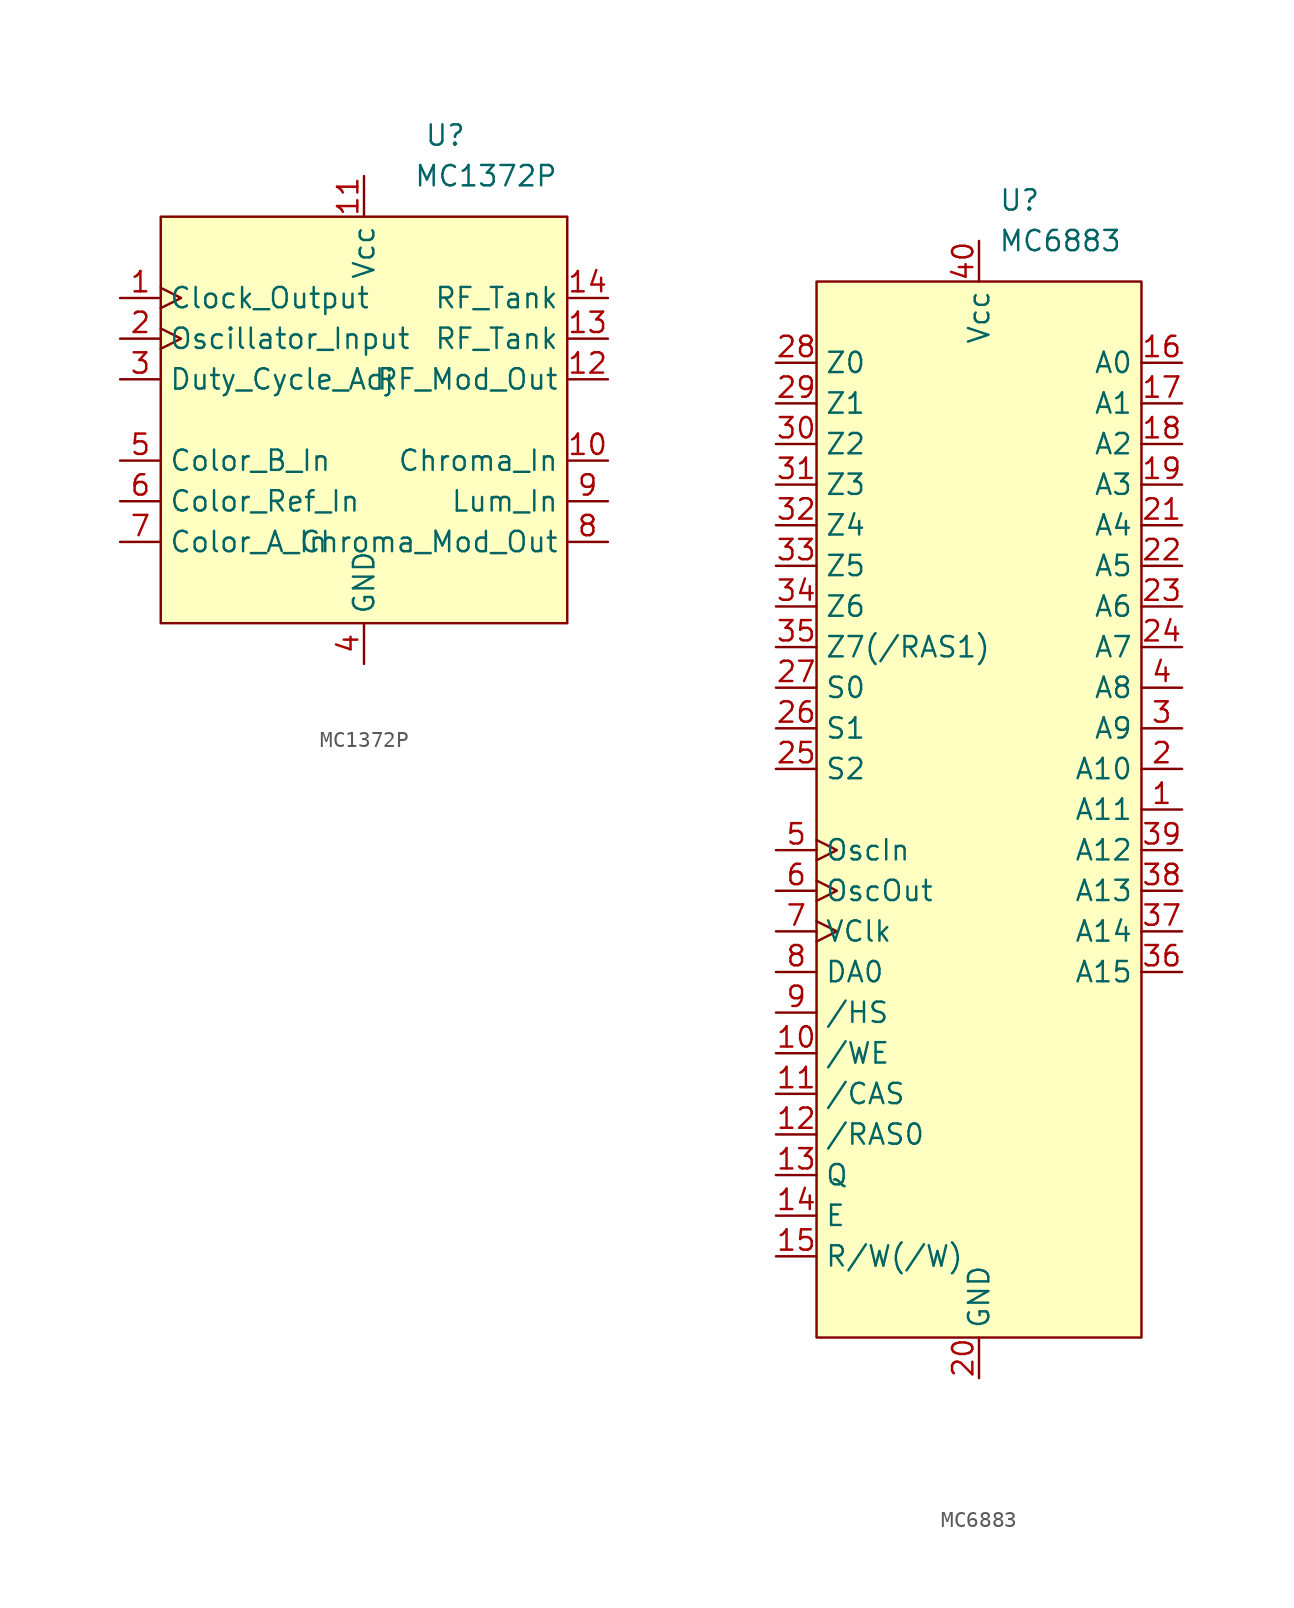
<source format=kicad_sym>
(kicad_symbol_lib
  (version 20211014)
  (generator kicad_symbol_editor)
  (symbol "MC1372P"
    (property "Reference" "U"
      (at -7.62 17.78 0)
      (effects (font (size 1.27 1.27))))
    (property "Value" "MC1372P"
      (at -5.08 15.24 0)
      (effects (font (size 1.27 1.27))))
    (symbol "MC1372P_0_1"
      (rectangle (start -25.4 12.7) (end 0 -12.7) (stroke (width 0) (type default) (color 0 0 0 0)) (fill (type background))))
    (symbol "MC1372P_1_1"
      (pin output clock (at -27.94 7.62 0) (length 2.54) (name "Clock_Output" (effects (font (size 1.27 1.27)))) (number "1" (effects (font (size 1.27 1.27)))))
      (pin input line (at 2.54 -2.54 180) (length 2.54) (name "Chroma_In" (effects (font (size 1.27 1.27)))) (number "10" (effects (font (size 1.27 1.27)))))
      (pin power_in line (at -12.7 15.24 270) (length 2.54) (name "Vcc" (effects (font (size 1.27 1.27)))) (number "11" (effects (font (size 1.27 1.27)))))
      (pin output line (at 2.54 2.54 180) (length 2.54) (name "RF_Mod_Out" (effects (font (size 1.27 1.27)))) (number "12" (effects (font (size 1.27 1.27)))))
      (pin input line (at 2.54 5.08 180) (length 2.54) (name "RF_Tank" (effects (font (size 1.27 1.27)))) (number "13" (effects (font (size 1.27 1.27)))))
      (pin input line (at 2.54 7.62 180) (length 2.54) (name "RF_Tank" (effects (font (size 1.27 1.27)))) (number "14" (effects (font (size 1.27 1.27)))))
      (pin input clock (at -27.94 5.08 0) (length 2.54) (name "Oscillator_Input" (effects (font (size 1.27 1.27)))) (number "2" (effects (font (size 1.27 1.27)))))
      (pin input line (at -27.94 2.54 0) (length 2.54) (name "Duty_Cycle_Adj" (effects (font (size 1.27 1.27)))) (number "3" (effects (font (size 1.27 1.27)))))
      (pin power_in line (at -12.7 -15.24 90) (length 2.54) (name "GND" (effects (font (size 1.27 1.27)))) (number "4" (effects (font (size 1.27 1.27)))))
      (pin input line (at -27.94 -2.54 0) (length 2.54) (name "Color_B_In" (effects (font (size 1.27 1.27)))) (number "5" (effects (font (size 1.27 1.27)))))
      (pin input line (at -27.94 -5.08 0) (length 2.54) (name "Color_Ref_In" (effects (font (size 1.27 1.27)))) (number "6" (effects (font (size 1.27 1.27)))))
      (pin input line (at -27.94 -7.62 0) (length 2.54) (name "Color_A_In" (effects (font (size 1.27 1.27)))) (number "7" (effects (font (size 1.27 1.27)))))
      (pin output line (at 2.54 -7.62 180) (length 2.54) (name "Chroma_Mod_Out" (effects (font (size 1.27 1.27)))) (number "8" (effects (font (size 1.27 1.27)))))
      (pin input line (at 2.54 -5.08 180) (length 2.54) (name "Lum_In" (effects (font (size 1.27 1.27)))) (number "9" (effects (font (size 1.27 1.27)))))))
  (symbol "MC6883"
    (property "Reference" "U"
      (at 33.02 35.56 0)
      (effects (font (size 1.27 1.27))))
    (property "Value" "MC6883"
      (at 35.56 33.02 0)
      (effects (font (size 1.27 1.27))))
    (symbol "MC6883_0_1"
      (rectangle (start 20.32 30.48) (end 40.64 -35.56) (stroke (width 0) (type default) (color 0 0 0 0)) (fill (type background))))
    (symbol "MC6883_1_1"
      (pin input line (at 43.18 -2.54 180) (length 2.54) (name "A11" (effects (font (size 1.27 1.27)))) (number "1" (effects (font (size 1.27 1.27)))))
      (pin input line (at 17.78 -17.78 0) (length 2.54) (name "/WE" (effects (font (size 1.27 1.27)))) (number "10" (effects (font (size 1.27 1.27)))))
      (pin output line (at 17.78 -20.32 0) (length 2.54) (name "/CAS" (effects (font (size 1.27 1.27)))) (number "11" (effects (font (size 1.27 1.27)))))
      (pin bidirectional line (at 17.78 -22.86 0) (length 2.54) (name "/RAS0" (effects (font (size 1.27 1.27)))) (number "12" (effects (font (size 1.27 1.27)))))
      (pin input line (at 17.78 -25.4 0) (length 2.54) (name "Q" (effects (font (size 1.27 1.27)))) (number "13" (effects (font (size 1.27 1.27)))))
      (pin input line (at 17.78 -27.94 0) (length 2.54) (name "E" (effects (font (size 1.27 1.27)))) (number "14" (effects (font (size 1.27 1.27)))))
      (pin bidirectional line (at 17.78 -30.48 0) (length 2.54) (name "R/W(/W)" (effects (font (size 1.27 1.27)))) (number "15" (effects (font (size 1.27 1.27)))))
      (pin input line (at 43.18 25.4 180) (length 2.54) (name "A0" (effects (font (size 1.27 1.27)))) (number "16" (effects (font (size 1.27 1.27)))))
      (pin input line (at 43.18 22.86 180) (length 2.54) (name "A1" (effects (font (size 1.27 1.27)))) (number "17" (effects (font (size 1.27 1.27)))))
      (pin input line (at 43.18 20.32 180) (length 2.54) (name "A2" (effects (font (size 1.27 1.27)))) (number "18" (effects (font (size 1.27 1.27)))))
      (pin input line (at 43.18 17.78 180) (length 2.54) (name "A3" (effects (font (size 1.27 1.27)))) (number "19" (effects (font (size 1.27 1.27)))))
      (pin input line (at 43.18 0 180) (length 2.54) (name "A10" (effects (font (size 1.27 1.27)))) (number "2" (effects (font (size 1.27 1.27)))))
      (pin power_in line (at 30.48 -38.1 90) (length 2.54) (name "GND" (effects (font (size 1.27 1.27)))) (number "20" (effects (font (size 1.27 1.27)))))
      (pin input line (at 43.18 15.24 180) (length 2.54) (name "A4" (effects (font (size 1.27 1.27)))) (number "21" (effects (font (size 1.27 1.27)))))
      (pin input line (at 43.18 12.7 180) (length 2.54) (name "A5" (effects (font (size 1.27 1.27)))) (number "22" (effects (font (size 1.27 1.27)))))
      (pin input line (at 43.18 10.16 180) (length 2.54) (name "A6" (effects (font (size 1.27 1.27)))) (number "23" (effects (font (size 1.27 1.27)))))
      (pin input line (at 43.18 7.62 180) (length 2.54) (name "A7" (effects (font (size 1.27 1.27)))) (number "24" (effects (font (size 1.27 1.27)))))
      (pin output line (at 17.78 0 0) (length 2.54) (name "S2" (effects (font (size 1.27 1.27)))) (number "25" (effects (font (size 1.27 1.27)))))
      (pin output line (at 17.78 2.54 0) (length 2.54) (name "S1" (effects (font (size 1.27 1.27)))) (number "26" (effects (font (size 1.27 1.27)))))
      (pin output line (at 17.78 5.08 0) (length 2.54) (name "S0" (effects (font (size 1.27 1.27)))) (number "27" (effects (font (size 1.27 1.27)))))
      (pin output line (at 17.78 25.4 0) (length 2.54) (name "Z0" (effects (font (size 1.27 1.27)))) (number "28" (effects (font (size 1.27 1.27)))))
      (pin output line (at 17.78 22.86 0) (length 2.54) (name "Z1" (effects (font (size 1.27 1.27)))) (number "29" (effects (font (size 1.27 1.27)))))
      (pin input line (at 43.18 2.54 180) (length 2.54) (name "A9" (effects (font (size 1.27 1.27)))) (number "3" (effects (font (size 1.27 1.27)))))
      (pin output line (at 17.78 20.32 0) (length 2.54) (name "Z2" (effects (font (size 1.27 1.27)))) (number "30" (effects (font (size 1.27 1.27)))))
      (pin output line (at 17.78 17.78 0) (length 2.54) (name "Z3" (effects (font (size 1.27 1.27)))) (number "31" (effects (font (size 1.27 1.27)))))
      (pin output line (at 17.78 15.24 0) (length 2.54) (name "Z4" (effects (font (size 1.27 1.27)))) (number "32" (effects (font (size 1.27 1.27)))))
      (pin output line (at 17.78 12.7 0) (length 2.54) (name "Z5" (effects (font (size 1.27 1.27)))) (number "33" (effects (font (size 1.27 1.27)))))
      (pin output line (at 17.78 10.16 0) (length 2.54) (name "Z6" (effects (font (size 1.27 1.27)))) (number "34" (effects (font (size 1.27 1.27)))))
      (pin output line (at 17.78 7.62 0) (length 2.54) (name "Z7(/RAS1)" (effects (font (size 1.27 1.27)))) (number "35" (effects (font (size 1.27 1.27)))))
      (pin input line (at 43.18 -12.7 180) (length 2.54) (name "A15" (effects (font (size 1.27 1.27)))) (number "36" (effects (font (size 1.27 1.27)))))
      (pin input line (at 43.18 -10.16 180) (length 2.54) (name "A14" (effects (font (size 1.27 1.27)))) (number "37" (effects (font (size 1.27 1.27)))))
      (pin input line (at 43.18 -7.62 180) (length 2.54) (name "A13" (effects (font (size 1.27 1.27)))) (number "38" (effects (font (size 1.27 1.27)))))
      (pin input line (at 43.18 -5.08 180) (length 2.54) (name "A12" (effects (font (size 1.27 1.27)))) (number "39" (effects (font (size 1.27 1.27)))))
      (pin input line (at 43.18 5.08 180) (length 2.54) (name "A8" (effects (font (size 1.27 1.27)))) (number "4" (effects (font (size 1.27 1.27)))))
      (pin power_in line (at 30.48 33.02 270) (length 2.54) (name "Vcc" (effects (font (size 1.27 1.27)))) (number "40" (effects (font (size 1.27 1.27)))))
      (pin input clock (at 17.78 -5.08 0) (length 2.54) (name "OscIn" (effects (font (size 1.27 1.27)))) (number "5" (effects (font (size 1.27 1.27)))))
      (pin input clock (at 17.78 -7.62 0) (length 2.54) (name "OscOut" (effects (font (size 1.27 1.27)))) (number "6" (effects (font (size 1.27 1.27)))))
      (pin output clock (at 17.78 -10.16 0) (length 2.54) (name "VClk" (effects (font (size 1.27 1.27)))) (number "7" (effects (font (size 1.27 1.27)))))
      (pin input line (at 17.78 -12.7 0) (length 2.54) (name "DA0" (effects (font (size 1.27 1.27)))) (number "8" (effects (font (size 1.27 1.27)))))
      (pin input line (at 17.78 -15.24 0) (length 2.54) (name "/HS" (effects (font (size 1.27 1.27)))) (number "9" (effects (font (size 1.27 1.27))))))))
</source>
